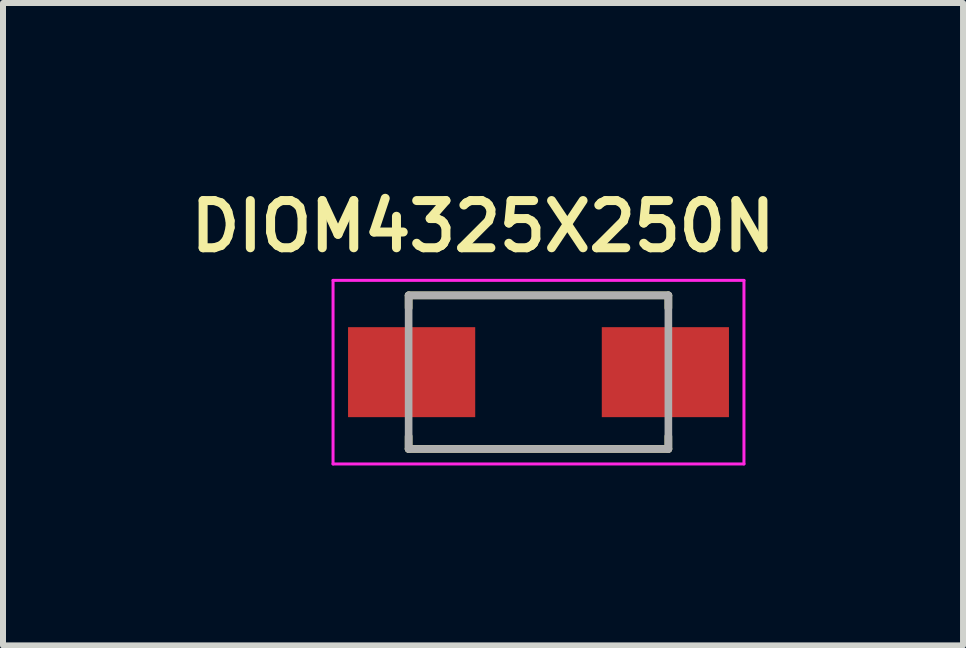
<source format=kicad_pcb>
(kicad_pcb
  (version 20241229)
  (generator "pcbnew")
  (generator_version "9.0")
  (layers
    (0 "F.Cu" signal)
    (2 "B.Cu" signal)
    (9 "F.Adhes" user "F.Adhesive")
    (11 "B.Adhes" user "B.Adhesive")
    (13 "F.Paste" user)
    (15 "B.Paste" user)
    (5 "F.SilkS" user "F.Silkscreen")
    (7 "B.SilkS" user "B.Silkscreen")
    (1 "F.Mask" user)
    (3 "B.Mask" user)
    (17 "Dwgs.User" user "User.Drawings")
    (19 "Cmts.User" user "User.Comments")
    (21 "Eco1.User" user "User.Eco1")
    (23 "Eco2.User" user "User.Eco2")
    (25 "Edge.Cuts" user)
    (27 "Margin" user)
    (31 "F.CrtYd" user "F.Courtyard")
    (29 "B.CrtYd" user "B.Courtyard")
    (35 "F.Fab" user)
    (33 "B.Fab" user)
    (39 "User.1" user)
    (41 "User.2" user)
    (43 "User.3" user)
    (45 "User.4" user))
  (footprint "DIOM4325X250N"
    (layer "F.Cu")
    (at 5.927 3.154)
    (property "Reference" "DIOM4325X250N" (at -0.925 -2.43 0) (layer "F.SilkS") (effects (font (size 0.787 0.787) (thickness 0.15))))
    (attr smd)
    (fp_line (start -2.165 -1.28) (end -2.165 -1.07) (stroke (width 0.127) (type solid)) (layer "F.SilkS"))
    (fp_line (start -2.165 1.28) (end -2.165 1.07) (stroke (width 0.127) (type solid)) (layer "F.SilkS"))
    (fp_line (start -2.165 1.28) (end 2.165 1.28) (stroke (width 0.127) (type solid)) (layer "F.SilkS"))
    (fp_line (start 2.165 -1.28) (end -2.165 -1.28) (stroke (width 0.127) (type solid)) (layer "F.SilkS"))
    (fp_line (start 2.165 -1.07) (end 2.165 -1.28) (stroke (width 0.127) (type solid)) (layer "F.SilkS"))
    (fp_line (start 2.165 1.28) (end 2.165 1.07) (stroke (width 0.127) (type solid)) (layer "F.SilkS"))
    (fp_line (start -3.425 -1.53) (end -3.425 1.53) (stroke (width 0.05) (type solid)) (layer "F.CrtYd"))
    (fp_line (start -3.425 1.53) (end 3.425 1.53) (stroke (width 0.05) (type solid)) (layer "F.CrtYd"))
    (fp_line (start 3.425 -1.53) (end -3.425 -1.53) (stroke (width 0.05) (type solid)) (layer "F.CrtYd"))
    (fp_line (start 3.425 1.53) (end 3.425 -1.53) (stroke (width 0.05) (type solid)) (layer "F.CrtYd"))
    (fp_line (start -2.165 -1.28) (end -2.165 1.28) (stroke (width 0.127) (type solid)) (layer "F.Fab"))
    (fp_line (start -2.165 1.28) (end 2.165 1.28) (stroke (width 0.127) (type solid)) (layer "F.Fab"))
    (fp_line (start 2.165 -1.28) (end -2.165 -1.28) (stroke (width 0.127) (type solid)) (layer "F.Fab"))
    (fp_line (start 2.165 1.28) (end 2.165 -1.28) (stroke (width 0.127) (type solid)) (layer "F.Fab"))
    (pad "1" smd rect (at -2.115 0) (size 2.12 1.5) (layers "F.Cu" "F.Mask" "F.Paste"))
    (pad "2" smd rect (at 2.115 0) (size 2.12 1.5) (layers "F.Cu" "F.Mask" "F.Paste")))
  (gr_rect
    (start -3 -3)
    (end 13.004 7.709)
    (stroke (width 0.1) (type default))
    (fill no)
    (layer "Edge.Cuts")))
</source>
